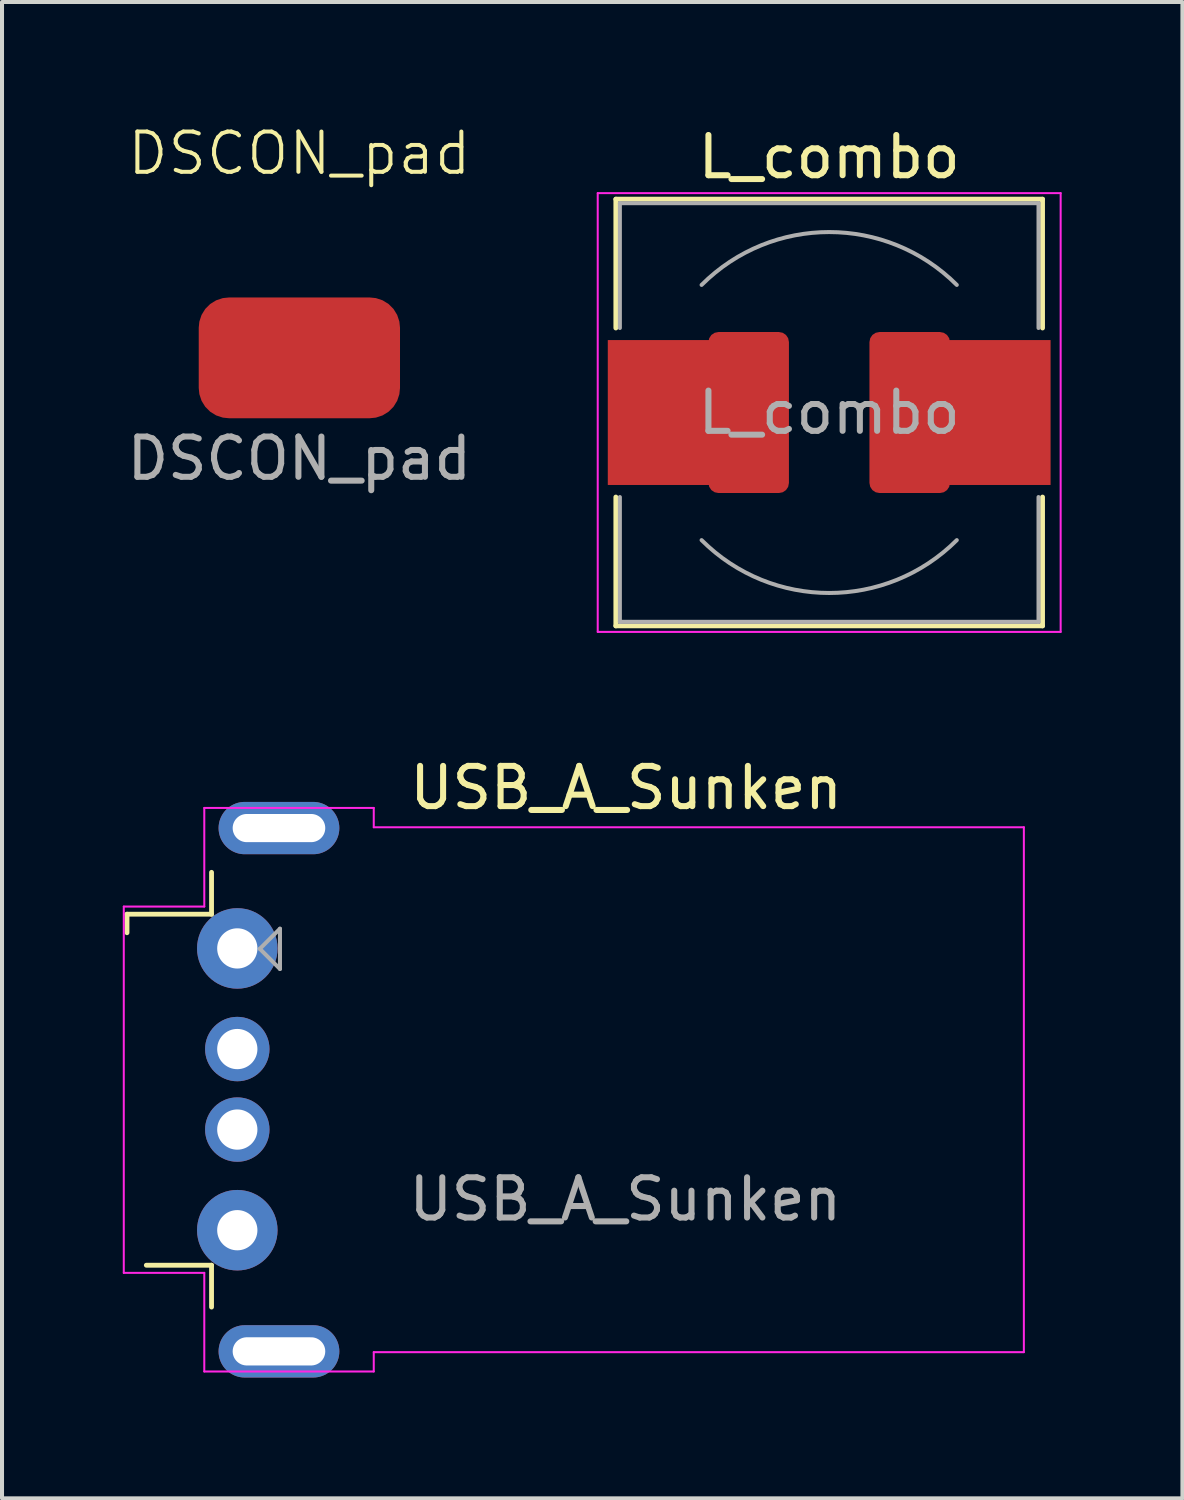
<source format=kicad_pcb>
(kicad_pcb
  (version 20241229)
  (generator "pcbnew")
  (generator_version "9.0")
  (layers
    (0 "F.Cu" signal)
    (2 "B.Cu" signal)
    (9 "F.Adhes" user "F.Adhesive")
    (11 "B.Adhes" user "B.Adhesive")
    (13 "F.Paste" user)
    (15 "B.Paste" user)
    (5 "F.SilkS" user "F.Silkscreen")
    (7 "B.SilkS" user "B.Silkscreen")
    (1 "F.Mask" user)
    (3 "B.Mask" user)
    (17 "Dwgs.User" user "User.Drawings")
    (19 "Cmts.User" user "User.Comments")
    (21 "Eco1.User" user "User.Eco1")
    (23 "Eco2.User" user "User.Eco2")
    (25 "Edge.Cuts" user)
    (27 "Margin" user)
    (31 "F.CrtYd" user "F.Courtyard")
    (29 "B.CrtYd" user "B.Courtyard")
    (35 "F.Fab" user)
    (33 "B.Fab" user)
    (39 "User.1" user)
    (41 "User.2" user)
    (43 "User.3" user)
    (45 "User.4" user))
  (footprint "L_combo"
    (layer "F.Cu")
    (at 17.549 7.198)
    (property "Reference" "L_combo" (at 0 -6.35 0) (layer "F.SilkS") (effects (font (size 1 1) (thickness 0.15))))
    (attr smd)
    (fp_line (start -5.3 -5.3) (end 5.3 -5.3) (stroke (width 0.12) (type solid)) (layer "F.SilkS"))
    (fp_line (start -5.3 -2.1) (end -5.3 -5.3) (stroke (width 0.12) (type solid)) (layer "F.SilkS"))
    (fp_line (start -5.3 5.3) (end -5.3 2.1) (stroke (width 0.12) (type solid)) (layer "F.SilkS"))
    (fp_line (start 5.3 -5.3) (end 5.3 -2.1) (stroke (width 0.12) (type solid)) (layer "F.SilkS"))
    (fp_line (start 5.3 2.1) (end 5.3 5.3) (stroke (width 0.12) (type solid)) (layer "F.SilkS"))
    (fp_line (start 5.3 5.3) (end -5.3 5.3) (stroke (width 0.12) (type solid)) (layer "F.SilkS"))
    (fp_line (start -5.75 -5.45) (end -5.75 5.45) (stroke (width 0.05) (type solid)) (layer "F.CrtYd"))
    (fp_line (start -5.75 5.45) (end 5.75 5.45) (stroke (width 0.05) (type solid)) (layer "F.CrtYd"))
    (fp_line (start 5.75 -5.45) (end -5.75 -5.45) (stroke (width 0.05) (type solid)) (layer "F.CrtYd"))
    (fp_line (start 5.75 5.45) (end 5.75 -5.45) (stroke (width 0.05) (type solid)) (layer "F.CrtYd"))
    (fp_line (start -5.2 -5.2) (end -5.2 -2.1) (stroke (width 0.1) (type solid)) (layer "F.Fab"))
    (fp_line (start -5.2 -5.2) (end 5.2 -5.2) (stroke (width 0.1) (type solid)) (layer "F.Fab"))
    (fp_line (start -5.2 5.2) (end -5.2 2.1) (stroke (width 0.1) (type solid)) (layer "F.Fab"))
    (fp_line (start -5.2 5.2) (end 5.2 5.2) (stroke (width 0.1) (type solid)) (layer "F.Fab"))
    (fp_line (start 5.2 -5.2) (end 5.2 -2.1) (stroke (width 0.1) (type solid)) (layer "F.Fab"))
    (fp_line (start 5.2 5.2) (end 5.2 2.1) (stroke (width 0.1) (type solid)) (layer "F.Fab"))
    (fp_arc (start -3.17 -3.17) (mid 0 -4.483057) (end 3.17 -3.17) (stroke (width 0.1) (type solid)) (layer "F.Fab"))
    (fp_arc (start 3.17 3.17) (mid 0 4.483057) (end -3.17 3.17) (stroke (width 0.1) (type solid)) (layer "F.Fab"))
    (fp_text user "${REFERENCE}" (at 0 0 0) (layer "F.Fab") (effects (font (size 1 1) (thickness 0.15))))
    (pad "1" smd rect (at -4.15 0) (size 2.7 3.6) (layers "F.Cu" "F.Mask" "F.Paste"))
    (pad "1" smd roundrect (at -2 0) (size 2 4) (layers "F.Cu" "F.Mask" "F.Paste") (roundrect_rratio 0.125))
    (pad "2" smd roundrect (at 2 0) (size 2 4) (layers "F.Cu" "F.Mask" "F.Paste") (roundrect_rratio 0.125))
    (pad "2" smd rect (at 4.15 0) (size 2.7 3.6) (layers "F.Cu" "F.Mask" "F.Paste")))
  (footprint "USB_A_Sunken"
    (layer "F.Cu")
    (at 12.505 24.021)
    (property "Reference" "USB_A_Sunken" (at 0 -7.5 0) (layer "F.SilkS") (effects (font (size 1 1) (thickness 0.15))))
    (attr smd)
    (fp_line (start -12.4 -4.36) (end -12.4 -3.9) (stroke (width 0.12) (type default)) (layer "F.SilkS"))
    (fp_line (start -12.4 -4.36) (end -10.3 -4.36) (stroke (width 0.12) (type default)) (layer "F.SilkS"))
    (fp_line (start -11.92 4.36) (end -10.3 4.36) (stroke (width 0.12) (type default)) (layer "F.SilkS"))
    (fp_line (start -10.3 -5.4) (end -10.3 -4.36) (stroke (width 0.12) (type default)) (layer "F.SilkS"))
    (fp_line (start -10.3 4.36) (end -10.3 5.4) (stroke (width 0.12) (type default)) (layer "F.SilkS"))
    (fp_line (start -12.48 -4.55) (end -10.48 -4.55) (stroke (width 0.05) (type solid)) (layer "F.CrtYd"))
    (fp_line (start -12.48 4.55) (end -12.48 -4.55) (stroke (width 0.05) (type solid)) (layer "F.CrtYd"))
    (fp_line (start -12.48 4.55) (end -10.48 4.55) (stroke (width 0.05) (type solid)) (layer "F.CrtYd"))
    (fp_line (start -10.48 -7) (end -10.48 -4.55) (stroke (width 0.05) (type solid)) (layer "F.CrtYd"))
    (fp_line (start -10.48 -7) (end -6.27 -7) (stroke (width 0.05) (type solid)) (layer "F.CrtYd"))
    (fp_line (start -10.48 4.55) (end -10.48 7) (stroke (width 0.05) (type solid)) (layer "F.CrtYd"))
    (fp_line (start -10.48 7) (end -6.27 7) (stroke (width 0.05) (type solid)) (layer "F.CrtYd"))
    (fp_line (start -6.27 -6.52) (end -6.27 -7) (stroke (width 0.05) (type solid)) (layer "F.CrtYd"))
    (fp_line (start -6.27 -6.52) (end 9.88 -6.52) (stroke (width 0.05) (type solid)) (layer "F.CrtYd"))
    (fp_line (start -6.27 6.52) (end 9.88 6.52) (stroke (width 0.05) (type solid)) (layer "F.CrtYd"))
    (fp_line (start -6.27 7) (end -6.27 6.52) (stroke (width 0.05) (type solid)) (layer "F.CrtYd"))
    (fp_line (start 9.88 6.52) (end 9.88 -6.52) (stroke (width 0.05) (type solid)) (layer "F.CrtYd"))
    (fp_line (start -9.1 -3.5) (end -8.6 -4) (stroke (width 0.1) (type solid)) (layer "F.Fab"))
    (fp_line (start -9.1 -3.5) (end -8.6 -3) (stroke (width 0.1) (type solid)) (layer "F.Fab"))
    (fp_line (start -8.6 -4) (end -8.6 -3) (stroke (width 0.1) (type solid)) (layer "F.Fab"))
    (fp_text user "${REFERENCE}" (at -0.02 2.72 180) (layer "F.Fab") (effects (font (size 1 1) (thickness 0.15))))
    (pad "1" thru_hole circle (at -9.66 -3.51) (size 2 2) (drill 1) (layers "*.Cu" "*.Mask"))
    (pad "2" thru_hole circle (at -9.66 -1.01) (size 1.6 1.6) (drill 1) (layers "*.Cu" "*.Mask"))
    (pad "3" thru_hole circle (at -9.66 0.99) (size 1.6 1.6) (drill 1) (layers "*.Cu" "*.Mask"))
    (pad "4" thru_hole circle (at -9.66 3.49) (size 2 2) (drill 1) (layers "*.Cu" "*.Mask"))
    (pad "5" thru_hole oval (at -8.625 -6.5) (size 3 1.3) (drill oval 2.3 0.7) (layers "*.Cu" "*.Mask"))
    (pad "5" thru_hole oval (at -8.625 6.5) (size 3 1.3) (drill oval 2.3 0.7) (layers "*.Cu" "*.Mask")))
  (footprint "DSCON_pad"
    (layer "F.Cu")
    (at 4.387 5.84)
    (property "Reference" "DSCON_pad" (at 0 -5.08 0) (unlocked yes) (layer "F.SilkS") (effects (font (size 1 1) (thickness 0.1))))
    (attr smd)
    (fp_text user "${REFERENCE}" (at 0 2.5 0) (unlocked yes) (layer "F.Fab") (effects (font (size 1 1) (thickness 0.15))))
    (pad "1" smd roundrect (at 0 0 180) (size 5 3) (layers "F.Cu" "F.Mask" "F.Paste") (roundrect_rratio 0.25)))
  (gr_rect
    (start -3 -3)
    (end 26.324 34.172)
    (stroke (width 0.1) (type default))
    (fill no)
    (layer "Edge.Cuts")))
</source>
